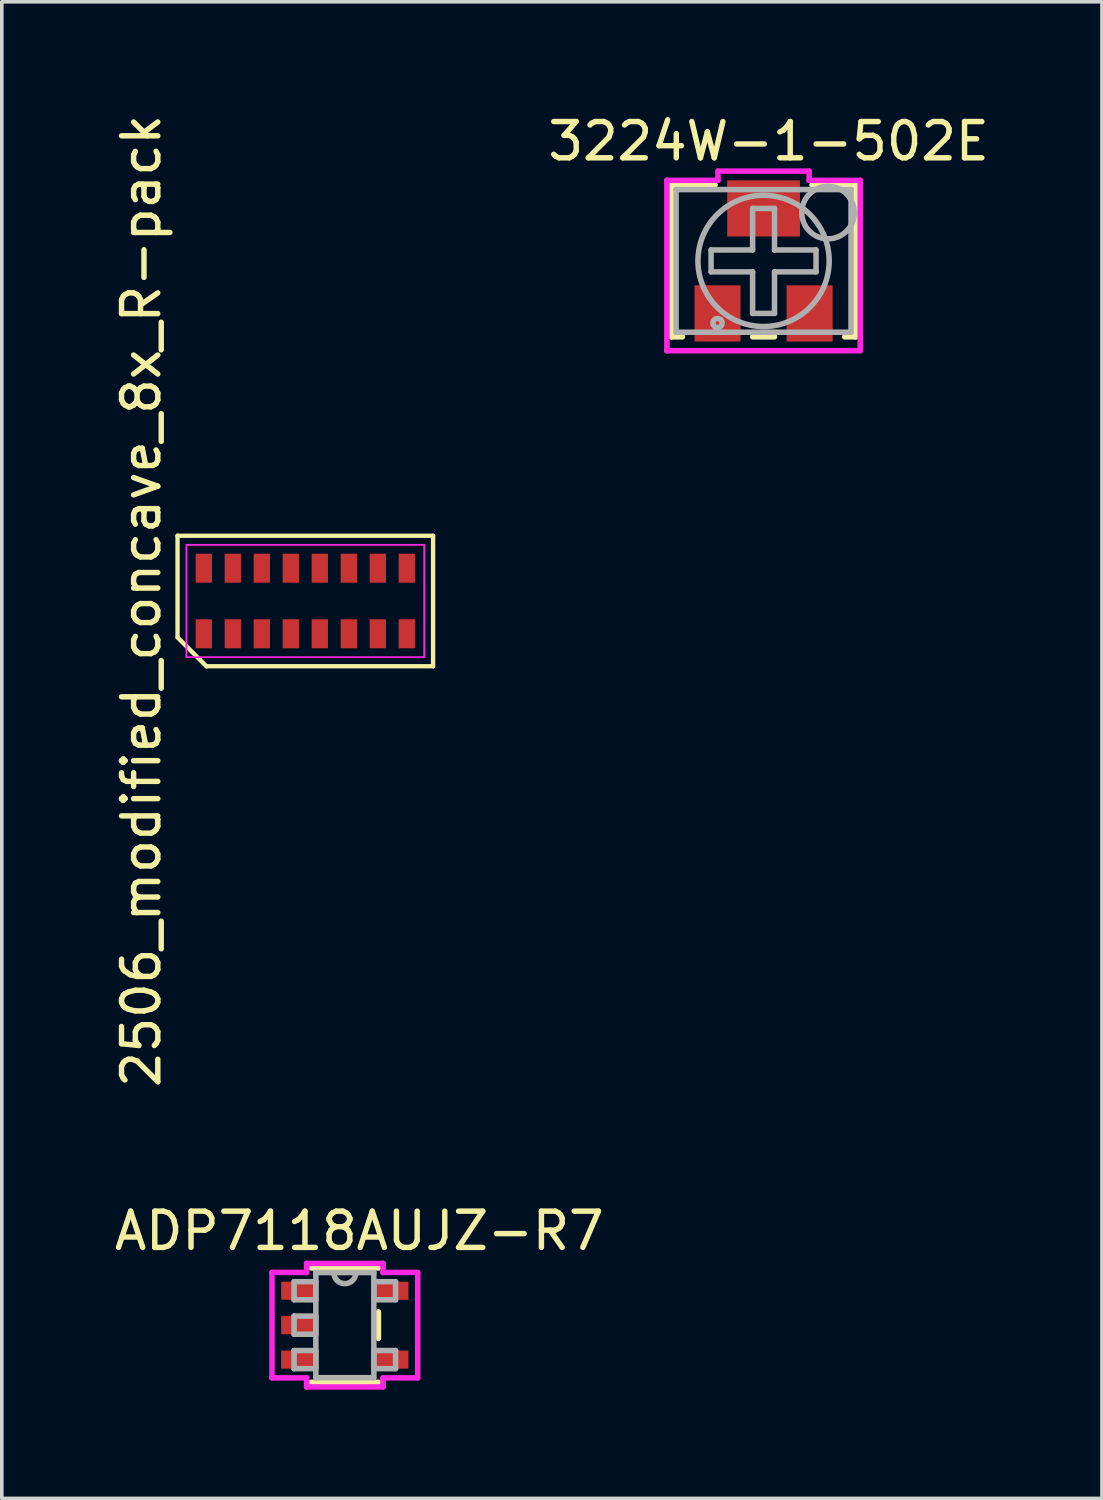
<source format=kicad_pcb>
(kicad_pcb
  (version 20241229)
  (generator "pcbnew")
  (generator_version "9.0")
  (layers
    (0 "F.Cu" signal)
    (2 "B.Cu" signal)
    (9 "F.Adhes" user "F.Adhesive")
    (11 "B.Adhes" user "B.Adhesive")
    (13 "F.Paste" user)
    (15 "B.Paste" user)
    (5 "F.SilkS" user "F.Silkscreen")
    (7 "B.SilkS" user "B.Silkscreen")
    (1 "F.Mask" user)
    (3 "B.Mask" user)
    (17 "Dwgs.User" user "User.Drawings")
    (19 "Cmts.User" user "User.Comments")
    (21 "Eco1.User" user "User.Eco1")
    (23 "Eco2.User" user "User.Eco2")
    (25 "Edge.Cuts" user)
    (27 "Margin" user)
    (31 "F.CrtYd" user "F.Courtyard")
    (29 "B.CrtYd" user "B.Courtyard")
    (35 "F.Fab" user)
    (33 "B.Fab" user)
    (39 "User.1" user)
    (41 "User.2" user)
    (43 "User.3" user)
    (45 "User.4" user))
  (footprint "2506_modified_concave_8x_R-pack"
    (layer "F.Cu")
    (at 5.373 13.53)
    (property "Reference" "2506_modified_concave_8x_R-pack" (at -4.525 0 90) (layer "F.SilkS") (effects (font (size 1 1) (thickness 0.15))))
    (attr smd)
    (fp_line (start -3.525 -1.8) (end 3.525 -1.8) (stroke (width 0.12) (type solid)) (layer "F.SilkS"))
    (fp_line (start -3.525 1) (end -3.525 -1.8) (stroke (width 0.12) (type solid)) (layer "F.SilkS"))
    (fp_line (start -2.725 1.805) (end -3.525 1.005) (stroke (width 0.12) (type solid)) (layer "F.SilkS"))
    (fp_line (start 3.525 -1.8) (end 3.525 1.8) (stroke (width 0.12) (type solid)) (layer "F.SilkS"))
    (fp_line (start 3.525 1.8) (end -2.725 1.8) (stroke (width 0.12) (type solid)) (layer "F.SilkS"))
    (fp_line (start -3.28 -1.55) (end 3.28 -1.55) (stroke (width 0.05) (type solid)) (layer "F.CrtYd"))
    (fp_line (start -3.28 1.55) (end -3.28 -1.55) (stroke (width 0.05) (type solid)) (layer "F.CrtYd"))
    (fp_line (start 3.28 -1.55) (end 3.28 1.55) (stroke (width 0.05) (type solid)) (layer "F.CrtYd"))
    (fp_line (start 3.28 1.55) (end -3.28 1.55) (stroke (width 0.05) (type solid)) (layer "F.CrtYd"))
    (pad "1" smd rect (at -2.8 0.905) (size 0.45 0.8) (layers "F.Cu" "F.Mask" "F.Paste"))
    (pad "2" smd rect (at -2 0.905) (size 0.45 0.8) (layers "F.Cu" "F.Mask" "F.Paste"))
    (pad "3" smd rect (at -1.2 0.905) (size 0.45 0.8) (layers "F.Cu" "F.Mask" "F.Paste"))
    (pad "4" smd rect (at -0.4 0.905) (size 0.45 0.8) (layers "F.Cu" "F.Mask" "F.Paste"))
    (pad "5" smd rect (at 0.4 0.905) (size 0.45 0.8) (layers "F.Cu" "F.Mask" "F.Paste"))
    (pad "6" smd rect (at 1.2 0.905) (size 0.45 0.8) (layers "F.Cu" "F.Mask" "F.Paste"))
    (pad "7" smd rect (at 2 0.905) (size 0.45 0.8) (layers "F.Cu" "F.Mask" "F.Paste"))
    (pad "8" smd rect (at 2.8 0.905) (size 0.45 0.8) (layers "F.Cu" "F.Mask" "F.Paste"))
    (pad "9" smd rect (at 2.8 -0.905) (size 0.45 0.8) (layers "F.Cu" "F.Mask" "F.Paste"))
    (pad "10" smd rect (at 2 -0.905) (size 0.45 0.8) (layers "F.Cu" "F.Mask" "F.Paste"))
    (pad "11" smd rect (at 1.2 -0.905) (size 0.45 0.8) (layers "F.Cu" "F.Mask" "F.Paste"))
    (pad "12" smd rect (at 0.4 -0.905) (size 0.45 0.8) (layers "F.Cu" "F.Mask" "F.Paste"))
    (pad "13" smd rect (at -0.4 -0.905) (size 0.45 0.8) (layers "F.Cu" "F.Mask" "F.Paste"))
    (pad "14" smd rect (at -1.2 -0.905) (size 0.45 0.8) (layers "F.Cu" "F.Mask" "F.Paste"))
    (pad "15" smd rect (at -2 -0.905) (size 0.45 0.8) (layers "F.Cu" "F.Mask" "F.Paste"))
    (pad "16" smd rect (at -2.8 -0.905) (size 0.45 0.8) (layers "F.Cu" "F.Mask" "F.Paste")))
  (footprint "ADP7118AUJZ-R7"
    (layer "F.Cu")
    (at 6.463 33.508)
    (property "Reference" "ADP7118AUJZ-R7" (at 0.4 -2.6 0) (layer "F.SilkS") (effects (font (size 1 1) (thickness 0.15))))
    (attr through_hole)
    (fp_line (start -0.927 1.577) (end 0.927 1.577) (stroke (width 0.152) (type solid)) (layer "F.SilkS"))
    (fp_line (start 0.927 -1.577) (end -0.927 -1.577) (stroke (width 0.152) (type solid)) (layer "F.SilkS"))
    (fp_line (start 0.927 0.367) (end 0.927 -0.367) (stroke (width 0.152) (type solid)) (layer "F.SilkS"))
    (fp_line (start -2.01 -1.454) (end -1.054 -1.454) (stroke (width 0.152) (type solid)) (layer "F.CrtYd"))
    (fp_line (start -2.01 1.454) (end -2.01 -1.454) (stroke (width 0.152) (type solid)) (layer "F.CrtYd"))
    (fp_line (start -1.054 -1.704) (end 1.054 -1.704) (stroke (width 0.152) (type solid)) (layer "F.CrtYd"))
    (fp_line (start -1.054 -1.454) (end -1.054 -1.704) (stroke (width 0.152) (type solid)) (layer "F.CrtYd"))
    (fp_line (start -1.054 1.454) (end -2.01 1.454) (stroke (width 0.152) (type solid)) (layer "F.CrtYd"))
    (fp_line (start -1.054 1.704) (end -1.054 1.454) (stroke (width 0.152) (type solid)) (layer "F.CrtYd"))
    (fp_line (start 1.054 -1.704) (end 1.054 -1.454) (stroke (width 0.152) (type solid)) (layer "F.CrtYd"))
    (fp_line (start 1.054 -1.454) (end 2.01 -1.454) (stroke (width 0.152) (type solid)) (layer "F.CrtYd"))
    (fp_line (start 1.054 1.454) (end 1.054 1.704) (stroke (width 0.152) (type solid)) (layer "F.CrtYd"))
    (fp_line (start 1.054 1.704) (end -1.054 1.704) (stroke (width 0.152) (type solid)) (layer "F.CrtYd"))
    (fp_line (start 2.01 -1.454) (end 2.01 1.454) (stroke (width 0.152) (type solid)) (layer "F.CrtYd"))
    (fp_line (start 2.01 1.454) (end 1.054 1.454) (stroke (width 0.152) (type solid)) (layer "F.CrtYd"))
    (fp_line (start -1.4 -1.2) (end -1.4 -0.7) (stroke (width 0.152) (type solid)) (layer "F.Fab"))
    (fp_line (start -1.4 -0.7) (end -0.8 -0.7) (stroke (width 0.152) (type solid)) (layer "F.Fab"))
    (fp_line (start -1.4 -0.25) (end -1.4 0.25) (stroke (width 0.152) (type solid)) (layer "F.Fab"))
    (fp_line (start -1.4 0.25) (end -0.8 0.25) (stroke (width 0.152) (type solid)) (layer "F.Fab"))
    (fp_line (start -1.4 0.7) (end -1.4 1.2) (stroke (width 0.152) (type solid)) (layer "F.Fab"))
    (fp_line (start -1.4 1.2) (end -0.8 1.2) (stroke (width 0.152) (type solid)) (layer "F.Fab"))
    (fp_line (start -0.8 -1.45) (end -0.8 1.45) (stroke (width 0.152) (type solid)) (layer "F.Fab"))
    (fp_line (start -0.8 -1.2) (end -1.4 -1.2) (stroke (width 0.152) (type solid)) (layer "F.Fab"))
    (fp_line (start -0.8 -0.7) (end -0.8 -1.2) (stroke (width 0.152) (type solid)) (layer "F.Fab"))
    (fp_line (start -0.8 -0.25) (end -1.4 -0.25) (stroke (width 0.152) (type solid)) (layer "F.Fab"))
    (fp_line (start -0.8 0.25) (end -0.8 -0.25) (stroke (width 0.152) (type solid)) (layer "F.Fab"))
    (fp_line (start -0.8 0.7) (end -1.4 0.7) (stroke (width 0.152) (type solid)) (layer "F.Fab"))
    (fp_line (start -0.8 1.2) (end -0.8 0.7) (stroke (width 0.152) (type solid)) (layer "F.Fab"))
    (fp_line (start -0.8 1.45) (end 0.8 1.45) (stroke (width 0.152) (type solid)) (layer "F.Fab"))
    (fp_line (start 0.8 -1.45) (end -0.8 -1.45) (stroke (width 0.152) (type solid)) (layer "F.Fab"))
    (fp_line (start 0.8 -1.2) (end 0.8 -0.7) (stroke (width 0.152) (type solid)) (layer "F.Fab"))
    (fp_line (start 0.8 -0.7) (end 1.4 -0.7) (stroke (width 0.152) (type solid)) (layer "F.Fab"))
    (fp_line (start 0.8 0.7) (end 0.8 1.2) (stroke (width 0.152) (type solid)) (layer "F.Fab"))
    (fp_line (start 0.8 1.2) (end 1.4 1.2) (stroke (width 0.152) (type solid)) (layer "F.Fab"))
    (fp_line (start 0.8 1.45) (end 0.8 -1.45) (stroke (width 0.152) (type solid)) (layer "F.Fab"))
    (fp_line (start 1.4 -1.2) (end 0.8 -1.2) (stroke (width 0.152) (type solid)) (layer "F.Fab"))
    (fp_line (start 1.4 -0.7) (end 1.4 -1.2) (stroke (width 0.152) (type solid)) (layer "F.Fab"))
    (fp_line (start 1.4 0.7) (end 0.8 0.7) (stroke (width 0.152) (type solid)) (layer "F.Fab"))
    (fp_line (start 1.4 1.2) (end 1.4 0.7) (stroke (width 0.152) (type solid)) (layer "F.Fab"))
    (fp_arc (start 0.3048 -1.45) (mid 0 -1.1452) (end -0.3048 -1.45) (stroke (width 0.1524) (type solid)) (layer "F.Fab"))
    (pad "1" smd rect (at -1.278 -0.95) (size 0.956 0.5) (layers "F.Cu" "F.Mask" "F.Paste"))
    (pad "2" smd rect (at -1.278 0) (size 0.956 0.5) (layers "F.Cu" "F.Mask" "F.Paste"))
    (pad "3" smd rect (at -1.278 0.95) (size 0.956 0.5) (layers "F.Cu" "F.Mask" "F.Paste"))
    (pad "4" smd rect (at 1.278 0.95) (size 0.956 0.5) (layers "F.Cu" "F.Mask" "F.Paste"))
    (pad "5" smd rect (at 1.278 -0.95) (size 0.956 0.5) (layers "F.Cu" "F.Mask" "F.Paste")))
  (footprint "3224W-1-502E"
    (layer "F.Cu")
    (at 18.015 4.148)
    (property "Reference" "3224W-1-502E" (at 0.14 -3.3 0) (layer "F.SilkS") (effects (font (size 1 1) (thickness 0.15))))
    (attr through_hole)
    (fp_line (start -2.54 -2.095) (end -2.54 2.095) (stroke (width 0.152) (type solid)) (layer "F.SilkS"))
    (fp_line (start -2.54 2.095) (end -2.238 2.095) (stroke (width 0.152) (type solid)) (layer "F.SilkS"))
    (fp_line (start -1.336 -2.095) (end -2.54 -2.095) (stroke (width 0.152) (type solid)) (layer "F.SilkS"))
    (fp_line (start -0.302 2.095) (end 0.302 2.095) (stroke (width 0.152) (type solid)) (layer "F.SilkS"))
    (fp_line (start 2.238 2.095) (end 2.54 2.095) (stroke (width 0.152) (type solid)) (layer "F.SilkS"))
    (fp_line (start 2.54 -2.095) (end 1.336 -2.095) (stroke (width 0.152) (type solid)) (layer "F.SilkS"))
    (fp_line (start 2.54 -2.095) (end 2.54 2.095) (stroke (width 0.152) (type solid)) (layer "F.SilkS"))
    (fp_line (start -2.667 -2.223) (end -1.257 -2.223) (stroke (width 0.152) (type solid)) (layer "F.CrtYd"))
    (fp_line (start -2.667 2.477) (end -2.667 -2.223) (stroke (width 0.152) (type solid)) (layer "F.CrtYd"))
    (fp_line (start -2.667 2.477) (end -2.667 2.477) (stroke (width 0.152) (type solid)) (layer "F.CrtYd"))
    (fp_line (start -1.257 -2.477) (end 1.257 -2.477) (stroke (width 0.152) (type solid)) (layer "F.CrtYd"))
    (fp_line (start -1.257 -2.223) (end -1.257 -2.477) (stroke (width 0.152) (type solid)) (layer "F.CrtYd"))
    (fp_line (start 1.257 -2.477) (end 1.257 -2.223) (stroke (width 0.152) (type solid)) (layer "F.CrtYd"))
    (fp_line (start 1.257 -2.223) (end 2.667 -2.223) (stroke (width 0.152) (type solid)) (layer "F.CrtYd"))
    (fp_line (start 2.667 -2.223) (end 2.667 2.477) (stroke (width 0.152) (type solid)) (layer "F.CrtYd"))
    (fp_line (start 2.667 2.477) (end -2.667 2.477) (stroke (width 0.152) (type solid)) (layer "F.CrtYd"))
    (fp_line (start -2.413 -1.968) (end -2.413 1.968) (stroke (width 0.152) (type solid)) (layer "F.Fab"))
    (fp_line (start -2.413 1.968) (end 2.413 1.968) (stroke (width 0.152) (type solid)) (layer "F.Fab"))
    (fp_line (start -1.448 -0.302) (end -1.448 0.302) (stroke (width 0.152) (type solid)) (layer "F.Fab"))
    (fp_line (start -0.302 -1.448) (end -0.302 -0.302) (stroke (width 0.152) (type solid)) (layer "F.Fab"))
    (fp_line (start -0.302 -1.448) (end 0.302 -1.448) (stroke (width 0.152) (type solid)) (layer "F.Fab"))
    (fp_line (start -0.302 -0.302) (end -1.448 -0.302) (stroke (width 0.152) (type solid)) (layer "F.Fab"))
    (fp_line (start -0.302 0.302) (end -1.448 0.302) (stroke (width 0.152) (type solid)) (layer "F.Fab"))
    (fp_line (start -0.302 1.448) (end -0.302 0.302) (stroke (width 0.152) (type solid)) (layer "F.Fab"))
    (fp_line (start -0.302 1.448) (end 0.302 1.448) (stroke (width 0.152) (type solid)) (layer "F.Fab"))
    (fp_line (start 0.302 -1.448) (end 0.302 -0.302) (stroke (width 0.152) (type solid)) (layer "F.Fab"))
    (fp_line (start 0.302 -0.302) (end 1.448 -0.302) (stroke (width 0.152) (type solid)) (layer "F.Fab"))
    (fp_line (start 0.302 0.302) (end 1.448 0.302) (stroke (width 0.152) (type solid)) (layer "F.Fab"))
    (fp_line (start 0.302 1.448) (end 0.302 0.302) (stroke (width 0.152) (type solid)) (layer "F.Fab"))
    (fp_line (start 1.448 -0.302) (end 1.448 0.302) (stroke (width 0.152) (type solid)) (layer "F.Fab"))
    (fp_line (start 2.413 -1.968) (end -2.413 -1.968) (stroke (width 0.152) (type solid)) (layer "F.Fab"))
    (fp_line (start 2.413 -1.968) (end 2.413 1.968) (stroke (width 0.152) (type solid)) (layer "F.Fab"))
    (fp_circle (center -1.27 1.714) (end -1.143 1.714) (stroke (width 0.152) (type solid)) (fill no) (layer "F.Fab"))
    (fp_circle (center 0 0) (end 1.81 0) (stroke (width 0.152) (type solid)) (fill no) (layer "F.Fab"))
    (fp_circle (center 1.778 -1.333) (end 2.502 -1.333) (stroke (width 0.152) (type solid)) (fill no) (layer "F.Fab"))
    (pad "1" smd rect (at -1.27 1.448) (size 1.27 1.549) (layers "F.Cu" "F.Mask" "F.Paste"))
    (pad "2" smd rect (at 0 -1.448) (size 2.007 1.549) (layers "F.Cu" "F.Mask" "F.Paste"))
    (pad "3" smd rect (at 1.27 1.448) (size 1.27 1.549) (layers "F.Cu" "F.Mask" "F.Paste")))
  (gr_rect
    (start -3 -3)
    (end 27.351 38.288)
    (stroke (width 0.1) (type default))
    (fill no)
    (layer "Edge.Cuts")))
</source>
